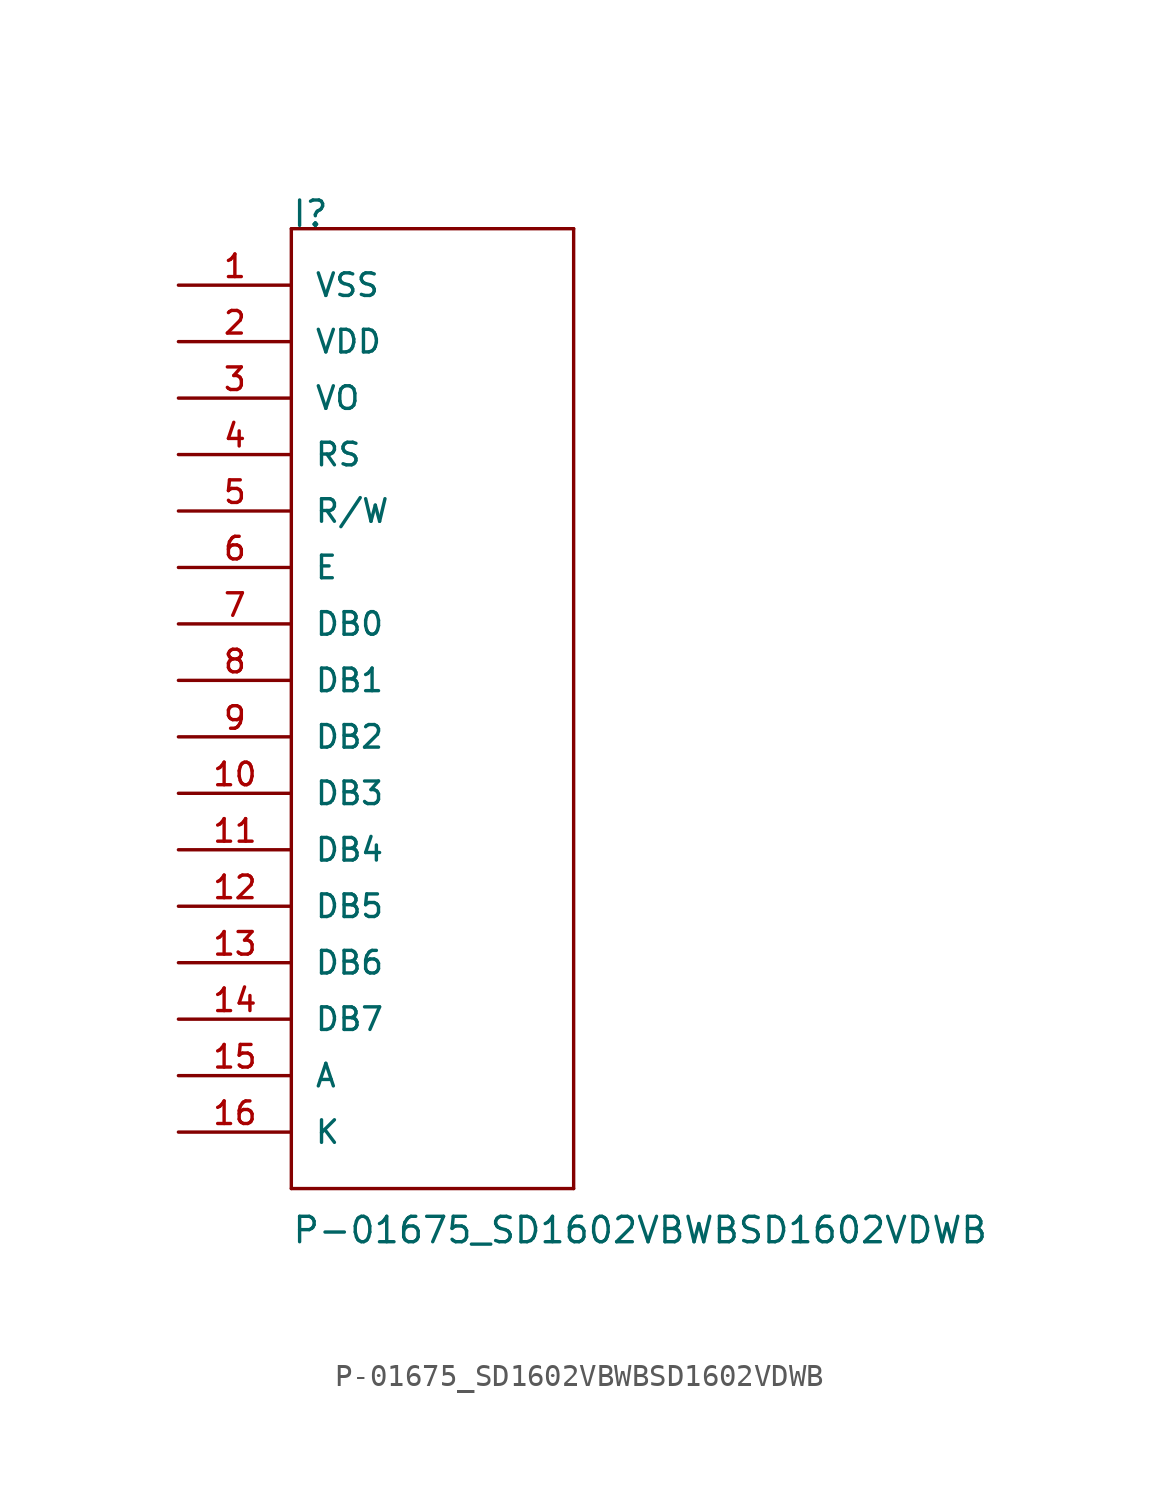
<source format=kicad_sym>
(kicad_symbol_lib
  (version 20211014)
  (generator kicad_symbol_editor)
  (symbol "P-01675_SD1602VBWBSD1602VDWB"
    (pin_names
      (offset 1.016))
    (property "Reference" "I"
      (at 0 25.4 0)
      (effects (font (size 1.143 1.143)) (justify left bottom)))
    (property "Value" "P-01675_SD1602VBWBSD1602VDWB"
      (at 0 -20.32 0)
      (effects (font (size 1.143 1.143)) (justify left bottom)))
    (property "ki_locked" ""
      (at 0 0 0)
      (effects (font (size 1.27 1.27))))
    (symbol "P-01675_SD1602VBWBSD1602VDWB_1_0"
      (polyline (pts (xy 0 -17.78) (xy 0 25.4)) (stroke (width 0) (type default) (color 0 0 0 0)) (fill (type none)))
      (polyline (pts (xy 0 25.4) (xy 12.7 25.4)) (stroke (width 0) (type default) (color 0 0 0 0)) (fill (type none)))
      (polyline (pts (xy 12.7 -17.78) (xy 0 -17.78)) (stroke (width 0) (type default) (color 0 0 0 0)) (fill (type none)))
      (polyline (pts (xy 12.7 25.4) (xy 12.7 -17.78)) (stroke (width 0) (type default) (color 0 0 0 0)) (fill (type none))))
    (symbol "P-01675_SD1602VBWBSD1602VDWB_1_1"
      (pin bidirectional line (at -5.08 22.86 0) (length 5.08) (name "VSS" (effects (font (size 1.016 1.016)))) (number "1" (effects (font (size 1.016 1.016)))))
      (pin bidirectional line (at -5.08 0 0) (length 5.08) (name "DB3" (effects (font (size 1.016 1.016)))) (number "10" (effects (font (size 1.016 1.016)))))
      (pin bidirectional line (at -5.08 -2.54 0) (length 5.08) (name "DB4" (effects (font (size 1.016 1.016)))) (number "11" (effects (font (size 1.016 1.016)))))
      (pin bidirectional line (at -5.08 -5.08 0) (length 5.08) (name "DB5" (effects (font (size 1.016 1.016)))) (number "12" (effects (font (size 1.016 1.016)))))
      (pin bidirectional line (at -5.08 -7.62 0) (length 5.08) (name "DB6" (effects (font (size 1.016 1.016)))) (number "13" (effects (font (size 1.016 1.016)))))
      (pin bidirectional line (at -5.08 -10.16 0) (length 5.08) (name "DB7" (effects (font (size 1.016 1.016)))) (number "14" (effects (font (size 1.016 1.016)))))
      (pin bidirectional line (at -5.08 -12.7 0) (length 5.08) (name "A" (effects (font (size 1.016 1.016)))) (number "15" (effects (font (size 1.016 1.016)))))
      (pin bidirectional line (at -5.08 -15.24 0) (length 5.08) (name "K" (effects (font (size 1.016 1.016)))) (number "16" (effects (font (size 1.016 1.016)))))
      (pin bidirectional line (at -5.08 20.32 0) (length 5.08) (name "VDD" (effects (font (size 1.016 1.016)))) (number "2" (effects (font (size 1.016 1.016)))))
      (pin bidirectional line (at -5.08 17.78 0) (length 5.08) (name "VO" (effects (font (size 1.016 1.016)))) (number "3" (effects (font (size 1.016 1.016)))))
      (pin bidirectional line (at -5.08 15.24 0) (length 5.08) (name "RS" (effects (font (size 1.016 1.016)))) (number "4" (effects (font (size 1.016 1.016)))))
      (pin bidirectional line (at -5.08 12.7 0) (length 5.08) (name "R/W" (effects (font (size 1.016 1.016)))) (number "5" (effects (font (size 1.016 1.016)))))
      (pin bidirectional line (at -5.08 10.16 0) (length 5.08) (name "E" (effects (font (size 1.016 1.016)))) (number "6" (effects (font (size 1.016 1.016)))))
      (pin bidirectional line (at -5.08 7.62 0) (length 5.08) (name "DB0" (effects (font (size 1.016 1.016)))) (number "7" (effects (font (size 1.016 1.016)))))
      (pin bidirectional line (at -5.08 5.08 0) (length 5.08) (name "DB1" (effects (font (size 1.016 1.016)))) (number "8" (effects (font (size 1.016 1.016)))))
      (pin bidirectional line (at -5.08 2.54 0) (length 5.08) (name "DB2" (effects (font (size 1.016 1.016)))) (number "9" (effects (font (size 1.016 1.016))))))))
</source>
